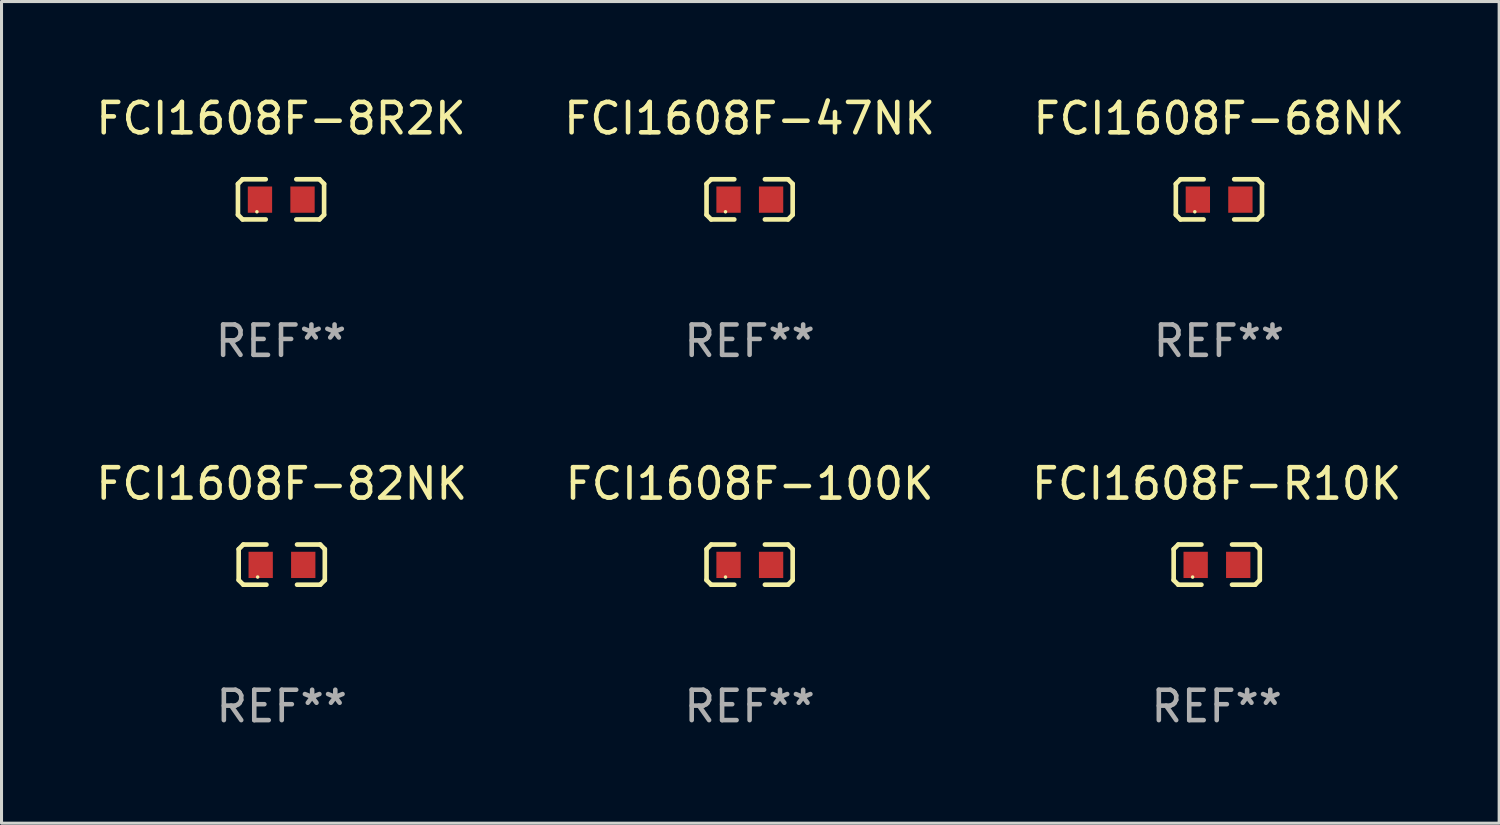
<source format=kicad_pcb>
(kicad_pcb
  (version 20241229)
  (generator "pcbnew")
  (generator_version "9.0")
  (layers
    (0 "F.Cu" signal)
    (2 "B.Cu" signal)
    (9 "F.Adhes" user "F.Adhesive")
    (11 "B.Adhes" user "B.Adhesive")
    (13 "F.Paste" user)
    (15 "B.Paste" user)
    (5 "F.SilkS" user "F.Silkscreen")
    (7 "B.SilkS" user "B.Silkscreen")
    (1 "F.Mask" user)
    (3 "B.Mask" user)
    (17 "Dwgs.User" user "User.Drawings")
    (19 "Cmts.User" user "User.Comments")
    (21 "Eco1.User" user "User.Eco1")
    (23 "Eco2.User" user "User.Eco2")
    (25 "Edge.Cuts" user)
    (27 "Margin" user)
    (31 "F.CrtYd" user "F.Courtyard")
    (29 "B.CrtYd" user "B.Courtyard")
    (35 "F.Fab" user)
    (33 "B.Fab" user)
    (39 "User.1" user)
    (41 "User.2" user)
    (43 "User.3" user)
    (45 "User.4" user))
  (footprint "FCI1608F-R10K"
    (layer "F.Cu")
    (at 36.982 15.527)
    (property "Reference" "FCI1608F-R10K" (at 0 -2.661 0) (layer "F.SilkS") (effects (font (size 1 1) (thickness 0.15))))
    (attr through_hole)
    (fp_line (start -1.417 -0.508) (end -1.265 -0.661) (stroke (width 0.152) (type solid)) (layer "F.SilkS"))
    (fp_line (start -1.417 0.508) (end -1.417 -0.508) (stroke (width 0.152) (type solid)) (layer "F.SilkS"))
    (fp_line (start -1.265 -0.661) (end -0.503 -0.661) (stroke (width 0.152) (type solid)) (layer "F.SilkS"))
    (fp_line (start -1.265 0.661) (end -1.417 0.508) (stroke (width 0.152) (type solid)) (layer "F.SilkS"))
    (fp_line (start -1.265 0.661) (end -0.503 0.661) (stroke (width 0.152) (type solid)) (layer "F.SilkS"))
    (fp_line (start 1.265 -0.661) (end 0.503 -0.661) (stroke (width 0.152) (type solid)) (layer "F.SilkS"))
    (fp_line (start 1.265 -0.661) (end 1.417 -0.508) (stroke (width 0.152) (type solid)) (layer "F.SilkS"))
    (fp_line (start 1.265 0.661) (end 0.503 0.661) (stroke (width 0.152) (type solid)) (layer "F.SilkS"))
    (fp_line (start 1.417 -0.508) (end 1.417 0.508) (stroke (width 0.152) (type solid)) (layer "F.SilkS"))
    (fp_line (start 1.417 0.508) (end 1.265 0.661) (stroke (width 0.152) (type solid)) (layer "F.SilkS"))
    (fp_circle (center -0.793 0.409) (end -0.763 0.409) (stroke (width 0.06) (type solid)) (fill no) (layer "F.SilkS"))
    (fp_text user "REF**" (at 0 4.661 0) (layer "F.Fab") (effects (font (size 1 1) (thickness 0.15))))
    (pad "1" smd rect (at -0.693 0.009 180) (size 0.8 0.864) (layers "F.Cu" "F.Mask" "F.Paste"))
    (pad "2" smd rect (at 0.707 0.009 180) (size 0.8 0.864) (layers "F.Cu" "F.Mask" "F.Paste")))
  (footprint "FCI1608F-47NK"
    (layer "F.Cu")
    (at 21.613 3.509)
    (property "Reference" "FCI1608F-47NK" (at 0 -2.661 0) (layer "F.SilkS") (effects (font (size 1 1) (thickness 0.15))))
    (attr through_hole)
    (fp_line (start -1.417 -0.508) (end -1.265 -0.661) (stroke (width 0.152) (type solid)) (layer "F.SilkS"))
    (fp_line (start -1.417 0.508) (end -1.417 -0.508) (stroke (width 0.152) (type solid)) (layer "F.SilkS"))
    (fp_line (start -1.265 -0.661) (end -0.503 -0.661) (stroke (width 0.152) (type solid)) (layer "F.SilkS"))
    (fp_line (start -1.265 0.661) (end -1.417 0.508) (stroke (width 0.152) (type solid)) (layer "F.SilkS"))
    (fp_line (start -1.265 0.661) (end -0.503 0.661) (stroke (width 0.152) (type solid)) (layer "F.SilkS"))
    (fp_line (start 1.265 -0.661) (end 0.503 -0.661) (stroke (width 0.152) (type solid)) (layer "F.SilkS"))
    (fp_line (start 1.265 -0.661) (end 1.417 -0.508) (stroke (width 0.152) (type solid)) (layer "F.SilkS"))
    (fp_line (start 1.265 0.661) (end 0.503 0.661) (stroke (width 0.152) (type solid)) (layer "F.SilkS"))
    (fp_line (start 1.417 -0.508) (end 1.417 0.508) (stroke (width 0.152) (type solid)) (layer "F.SilkS"))
    (fp_line (start 1.417 0.508) (end 1.265 0.661) (stroke (width 0.152) (type solid)) (layer "F.SilkS"))
    (fp_circle (center -0.793 0.409) (end -0.763 0.409) (stroke (width 0.06) (type solid)) (fill no) (layer "F.SilkS"))
    (fp_text user "REF**" (at 0 4.661 0) (layer "F.Fab") (effects (font (size 1 1) (thickness 0.15))))
    (pad "1" smd rect (at -0.693 0.009 180) (size 0.8 0.864) (layers "F.Cu" "F.Mask" "F.Paste"))
    (pad "2" smd rect (at 0.707 0.009 180) (size 0.8 0.864) (layers "F.Cu" "F.Mask" "F.Paste")))
  (footprint "FCI1608F-8R2K"
    (layer "F.Cu")
    (at 6.196 3.509)
    (property "Reference" "FCI1608F-8R2K" (at 0 -2.661 0) (layer "F.SilkS") (effects (font (size 1 1) (thickness 0.15))))
    (attr through_hole)
    (fp_line (start -1.417 -0.508) (end -1.265 -0.661) (stroke (width 0.152) (type solid)) (layer "F.SilkS"))
    (fp_line (start -1.417 0.508) (end -1.417 -0.508) (stroke (width 0.152) (type solid)) (layer "F.SilkS"))
    (fp_line (start -1.265 -0.661) (end -0.503 -0.661) (stroke (width 0.152) (type solid)) (layer "F.SilkS"))
    (fp_line (start -1.265 0.661) (end -1.417 0.508) (stroke (width 0.152) (type solid)) (layer "F.SilkS"))
    (fp_line (start -1.265 0.661) (end -0.503 0.661) (stroke (width 0.152) (type solid)) (layer "F.SilkS"))
    (fp_line (start 1.265 -0.661) (end 0.503 -0.661) (stroke (width 0.152) (type solid)) (layer "F.SilkS"))
    (fp_line (start 1.265 -0.661) (end 1.417 -0.508) (stroke (width 0.152) (type solid)) (layer "F.SilkS"))
    (fp_line (start 1.265 0.661) (end 0.503 0.661) (stroke (width 0.152) (type solid)) (layer "F.SilkS"))
    (fp_line (start 1.417 -0.508) (end 1.417 0.508) (stroke (width 0.152) (type solid)) (layer "F.SilkS"))
    (fp_line (start 1.417 0.508) (end 1.265 0.661) (stroke (width 0.152) (type solid)) (layer "F.SilkS"))
    (fp_circle (center -0.793 0.409) (end -0.763 0.409) (stroke (width 0.06) (type solid)) (fill no) (layer "F.SilkS"))
    (fp_text user "REF**" (at 0 4.661 0) (layer "F.Fab") (effects (font (size 1 1) (thickness 0.15))))
    (pad "1" smd rect (at -0.693 0.009 180) (size 0.8 0.864) (layers "F.Cu" "F.Mask" "F.Paste"))
    (pad "2" smd rect (at 0.707 0.009 180) (size 0.8 0.864) (layers "F.Cu" "F.Mask" "F.Paste")))
  (footprint "FCI1608F-82NK"
    (layer "F.Cu")
    (at 6.22 15.527)
    (property "Reference" "FCI1608F-82NK" (at 0 -2.661 0) (layer "F.SilkS") (effects (font (size 1 1) (thickness 0.15))))
    (attr through_hole)
    (fp_line (start -1.417 -0.508) (end -1.265 -0.661) (stroke (width 0.152) (type solid)) (layer "F.SilkS"))
    (fp_line (start -1.417 0.508) (end -1.417 -0.508) (stroke (width 0.152) (type solid)) (layer "F.SilkS"))
    (fp_line (start -1.265 -0.661) (end -0.503 -0.661) (stroke (width 0.152) (type solid)) (layer "F.SilkS"))
    (fp_line (start -1.265 0.661) (end -1.417 0.508) (stroke (width 0.152) (type solid)) (layer "F.SilkS"))
    (fp_line (start -1.265 0.661) (end -0.503 0.661) (stroke (width 0.152) (type solid)) (layer "F.SilkS"))
    (fp_line (start 1.265 -0.661) (end 0.503 -0.661) (stroke (width 0.152) (type solid)) (layer "F.SilkS"))
    (fp_line (start 1.265 -0.661) (end 1.417 -0.508) (stroke (width 0.152) (type solid)) (layer "F.SilkS"))
    (fp_line (start 1.265 0.661) (end 0.503 0.661) (stroke (width 0.152) (type solid)) (layer "F.SilkS"))
    (fp_line (start 1.417 -0.508) (end 1.417 0.508) (stroke (width 0.152) (type solid)) (layer "F.SilkS"))
    (fp_line (start 1.417 0.508) (end 1.265 0.661) (stroke (width 0.152) (type solid)) (layer "F.SilkS"))
    (fp_circle (center -0.793 0.409) (end -0.763 0.409) (stroke (width 0.06) (type solid)) (fill no) (layer "F.SilkS"))
    (fp_text user "REF**" (at 0 4.661 0) (layer "F.Fab") (effects (font (size 1 1) (thickness 0.15))))
    (pad "1" smd rect (at -0.693 0.009 180) (size 0.8 0.864) (layers "F.Cu" "F.Mask" "F.Paste"))
    (pad "2" smd rect (at 0.707 0.009 180) (size 0.8 0.864) (layers "F.Cu" "F.Mask" "F.Paste")))
  (footprint "FCI1608F-68NK"
    (layer "F.Cu")
    (at 37.054 3.509)
    (property "Reference" "FCI1608F-68NK" (at 0 -2.661 0) (layer "F.SilkS") (effects (font (size 1 1) (thickness 0.15))))
    (attr through_hole)
    (fp_line (start -1.417 -0.508) (end -1.265 -0.661) (stroke (width 0.152) (type solid)) (layer "F.SilkS"))
    (fp_line (start -1.417 0.508) (end -1.417 -0.508) (stroke (width 0.152) (type solid)) (layer "F.SilkS"))
    (fp_line (start -1.265 -0.661) (end -0.503 -0.661) (stroke (width 0.152) (type solid)) (layer "F.SilkS"))
    (fp_line (start -1.265 0.661) (end -1.417 0.508) (stroke (width 0.152) (type solid)) (layer "F.SilkS"))
    (fp_line (start -1.265 0.661) (end -0.503 0.661) (stroke (width 0.152) (type solid)) (layer "F.SilkS"))
    (fp_line (start 1.265 -0.661) (end 0.503 -0.661) (stroke (width 0.152) (type solid)) (layer "F.SilkS"))
    (fp_line (start 1.265 -0.661) (end 1.417 -0.508) (stroke (width 0.152) (type solid)) (layer "F.SilkS"))
    (fp_line (start 1.265 0.661) (end 0.503 0.661) (stroke (width 0.152) (type solid)) (layer "F.SilkS"))
    (fp_line (start 1.417 -0.508) (end 1.417 0.508) (stroke (width 0.152) (type solid)) (layer "F.SilkS"))
    (fp_line (start 1.417 0.508) (end 1.265 0.661) (stroke (width 0.152) (type solid)) (layer "F.SilkS"))
    (fp_circle (center -0.793 0.409) (end -0.763 0.409) (stroke (width 0.06) (type solid)) (fill no) (layer "F.SilkS"))
    (fp_text user "REF**" (at 0 4.661 0) (layer "F.Fab") (effects (font (size 1 1) (thickness 0.15))))
    (pad "1" smd rect (at -0.693 0.009 180) (size 0.8 0.864) (layers "F.Cu" "F.Mask" "F.Paste"))
    (pad "2" smd rect (at 0.707 0.009 180) (size 0.8 0.864) (layers "F.Cu" "F.Mask" "F.Paste")))
  (footprint "FCI1608F-100K"
    (layer "F.Cu")
    (at 21.613 15.527)
    (property "Reference" "FCI1608F-100K" (at 0 -2.661 0) (layer "F.SilkS") (effects (font (size 1 1) (thickness 0.15))))
    (attr through_hole)
    (fp_line (start -1.417 -0.508) (end -1.265 -0.661) (stroke (width 0.152) (type solid)) (layer "F.SilkS"))
    (fp_line (start -1.417 0.508) (end -1.417 -0.508) (stroke (width 0.152) (type solid)) (layer "F.SilkS"))
    (fp_line (start -1.265 -0.661) (end -0.503 -0.661) (stroke (width 0.152) (type solid)) (layer "F.SilkS"))
    (fp_line (start -1.265 0.661) (end -1.417 0.508) (stroke (width 0.152) (type solid)) (layer "F.SilkS"))
    (fp_line (start -1.265 0.661) (end -0.503 0.661) (stroke (width 0.152) (type solid)) (layer "F.SilkS"))
    (fp_line (start 1.265 -0.661) (end 0.503 -0.661) (stroke (width 0.152) (type solid)) (layer "F.SilkS"))
    (fp_line (start 1.265 -0.661) (end 1.417 -0.508) (stroke (width 0.152) (type solid)) (layer "F.SilkS"))
    (fp_line (start 1.265 0.661) (end 0.503 0.661) (stroke (width 0.152) (type solid)) (layer "F.SilkS"))
    (fp_line (start 1.417 -0.508) (end 1.417 0.508) (stroke (width 0.152) (type solid)) (layer "F.SilkS"))
    (fp_line (start 1.417 0.508) (end 1.265 0.661) (stroke (width 0.152) (type solid)) (layer "F.SilkS"))
    (fp_circle (center -0.793 0.409) (end -0.763 0.409) (stroke (width 0.06) (type solid)) (fill no) (layer "F.SilkS"))
    (fp_text user "REF**" (at 0 4.661 0) (layer "F.Fab") (effects (font (size 1 1) (thickness 0.15))))
    (pad "1" smd rect (at -0.693 0.009 180) (size 0.8 0.864) (layers "F.Cu" "F.Mask" "F.Paste"))
    (pad "2" smd rect (at 0.707 0.009 180) (size 0.8 0.864) (layers "F.Cu" "F.Mask" "F.Paste")))
  (gr_rect
    (start -3 -3)
    (end 46.274 24.035)
    (stroke (width 0.1) (type default))
    (fill no)
    (layer "Edge.Cuts")))
</source>
